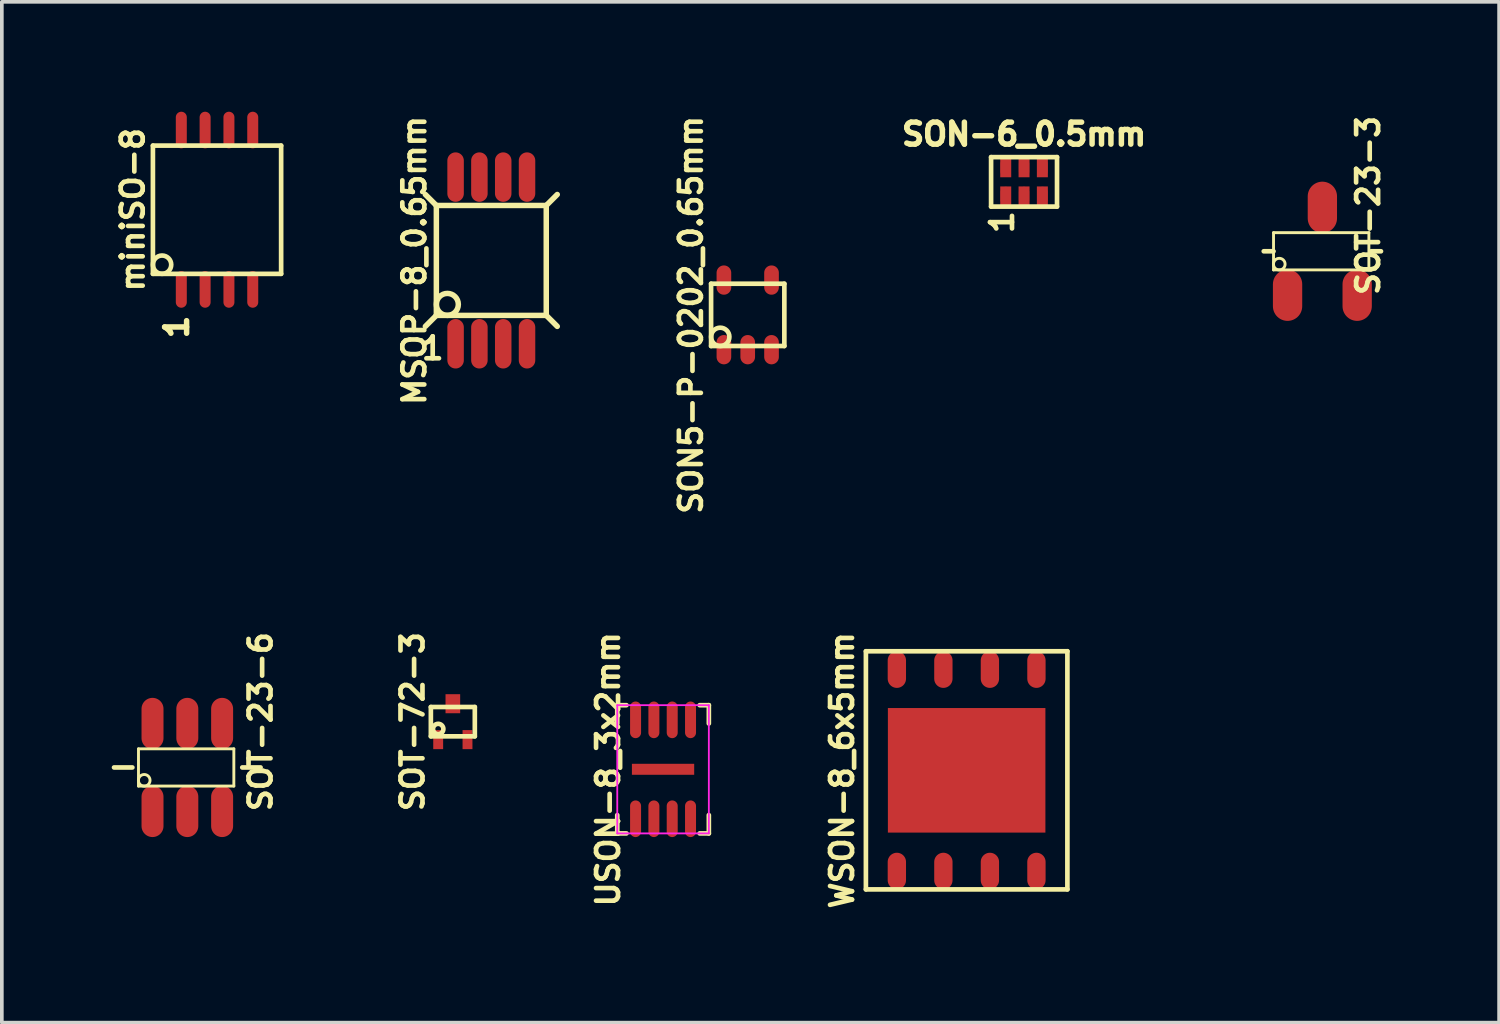
<source format=kicad_pcb>
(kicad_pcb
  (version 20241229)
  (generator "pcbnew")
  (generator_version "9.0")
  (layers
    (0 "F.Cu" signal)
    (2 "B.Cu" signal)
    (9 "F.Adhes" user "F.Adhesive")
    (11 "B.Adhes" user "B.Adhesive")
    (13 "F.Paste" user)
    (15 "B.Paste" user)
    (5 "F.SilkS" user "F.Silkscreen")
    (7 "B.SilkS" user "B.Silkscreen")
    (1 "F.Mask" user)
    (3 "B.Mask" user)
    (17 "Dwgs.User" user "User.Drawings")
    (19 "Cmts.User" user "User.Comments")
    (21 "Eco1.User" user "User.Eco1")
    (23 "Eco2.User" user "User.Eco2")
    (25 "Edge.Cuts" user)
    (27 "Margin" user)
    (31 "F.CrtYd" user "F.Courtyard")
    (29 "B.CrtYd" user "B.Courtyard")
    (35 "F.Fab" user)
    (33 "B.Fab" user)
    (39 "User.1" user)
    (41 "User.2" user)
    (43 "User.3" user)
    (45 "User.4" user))
  (footprint "SON-6_0.5mm"
    (layer "F.Cu")
    (at 24.903 1.914)
    (property "Reference" "SON-6_0.5mm" (at 0 -1.3 0) (layer "F.SilkS") (effects (font (size 0.6 0.6) (thickness 0.15))))
    (attr smd)
    (fp_line (start -0.9 -0.675) (end 0.9 -0.675) (stroke (width 0.127) (type solid)) (layer "F.SilkS"))
    (fp_line (start -0.9 0.675) (end -0.9 -0.675) (stroke (width 0.127) (type solid)) (layer "F.SilkS"))
    (fp_line (start 0.9 -0.675) (end 0.9 0.675) (stroke (width 0.127) (type solid)) (layer "F.SilkS"))
    (fp_line (start 0.9 0.675) (end -0.9 0.675) (stroke (width 0.127) (type solid)) (layer "F.SilkS"))
    (fp_text user "1" (at -0.6 1.1 90) (layer "F.SilkS") (effects (font (size 0.6 0.6) (thickness 0.127))))
    (pad "1" smd oval (at -0.5 0.385) (size 0.28 0.5) (layers "F.Cu" "F.Mask" "F.Paste"))
    (pad "1" smd rect (at -0.5 0.385) (size 0.3 0.52) (layers "F.Cu" "F.Mask"))
    (pad "2" smd oval (at 0 0.385) (size 0.28 0.5) (layers "F.Cu" "F.Mask" "F.Paste"))
    (pad "2" smd rect (at 0 0.385) (size 0.3 0.52) (layers "F.Cu" "F.Mask"))
    (pad "3" smd oval (at 0.5 0.385) (size 0.28 0.5) (layers "F.Cu" "F.Mask" "F.Paste"))
    (pad "3" smd rect (at 0.5 0.385) (size 0.3 0.52) (layers "F.Cu" "F.Mask"))
    (pad "4" smd oval (at 0.5 -0.385) (size 0.28 0.5) (layers "F.Cu" "F.Mask" "F.Paste"))
    (pad "4" smd rect (at 0.5 -0.385) (size 0.3 0.52) (layers "F.Cu" "F.Mask"))
    (pad "5" smd oval (at 0 -0.385) (size 0.28 0.5) (layers "F.Cu" "F.Mask" "F.Paste"))
    (pad "5" smd rect (at 0 -0.385) (size 0.3 0.52) (layers "F.Cu" "F.Mask"))
    (pad "6" smd oval (at -0.5 -0.385) (size 0.28 0.5) (layers "F.Cu" "F.Mask" "F.Paste"))
    (pad "6" smd rect (at -0.5 -0.385) (size 0.3 0.52) (layers "F.Cu" "F.Mask")))
  (footprint "SOT-72-3"
    (layer "F.Cu")
    (at 9.311 16.649)
    (property "Reference" "SOT-72-3" (at -1.1 0 90) (layer "F.SilkS") (effects (font (size 0.6 0.6) (thickness 0.127))))
    (attr smd)
    (fp_line (start -0.6 -0.4) (end -0.6 0.4) (stroke (width 0.127) (type solid)) (layer "F.SilkS"))
    (fp_line (start -0.6 -0.4) (end 0.6 -0.4) (stroke (width 0.127) (type solid)) (layer "F.SilkS"))
    (fp_line (start -0.6 0.4) (end 0.6 0.4) (stroke (width 0.127) (type solid)) (layer "F.SilkS"))
    (fp_line (start 0.6 0.4) (end 0.6 -0.4) (stroke (width 0.127) (type solid)) (layer "F.SilkS"))
    (fp_circle (center -0.4 0.2) (end -0.3 0.3) (stroke (width 0.127) (type solid)) (fill no) (layer "F.SilkS"))
    (pad "1" smd rect (at -0.4 0.49) (size 0.27 0.52) (layers "F.Cu" "F.Mask" "F.Paste"))
    (pad "2" smd rect (at 0.4 0.49) (size 0.27 0.52) (layers "F.Cu" "F.Mask" "F.Paste"))
    (pad "3" smd rect (at 0 -0.49) (size 0.4 0.52) (layers "F.Cu" "F.Mask" "F.Paste")))
  (footprint "SON5-P-0202_0.65mm"
    (layer "F.Cu")
    (at 17.36 5.545)
    (property "Reference" "SON5-P-0202_0.65mm" (at -1.55 0 90) (layer "F.SilkS") (effects (font (size 0.6 0.6) (thickness 0.127))))
    (attr smd)
    (fp_line (start -1 -0.85) (end -1 0.85) (stroke (width 0.127) (type solid)) (layer "F.SilkS"))
    (fp_line (start -1 -0.85) (end 1 -0.85) (stroke (width 0.127) (type solid)) (layer "F.SilkS"))
    (fp_line (start -1 0.85) (end 1 0.85) (stroke (width 0.127) (type solid)) (layer "F.SilkS"))
    (fp_line (start 1 0.85) (end 1 -0.85) (stroke (width 0.127) (type solid)) (layer "F.SilkS"))
    (fp_circle (center -0.75 0.6) (end -0.75 0.85) (stroke (width 0.127) (type solid)) (fill no) (layer "F.SilkS"))
    (pad "1" smd oval (at -0.65 0.95) (size 0.4 0.8) (layers "F.Cu" "F.Mask" "F.Paste"))
    (pad "2" smd oval (at 0 0.95) (size 0.4 0.8) (layers "F.Cu" "F.Mask" "F.Paste"))
    (pad "3" smd oval (at 0.65 0.95) (size 0.4 0.8) (layers "F.Cu" "F.Mask" "F.Paste"))
    (pad "4" smd oval (at 0.65 -0.95) (size 0.4 0.8) (layers "F.Cu" "F.Mask" "F.Paste"))
    (pad "5" smd oval (at -0.65 -0.95) (size 0.4 0.8) (layers "F.Cu" "F.Mask" "F.Paste")))
  (footprint "WSON-8_6x5mm"
    (layer "F.Cu")
    (at 23.336 17.977)
    (property "Reference" "WSON-8_6x5mm" (at -3.4 0 90) (layer "F.SilkS") (effects (font (size 0.6 0.6) (thickness 0.127))))
    (attr smd)
    (fp_line (start -2.75 -3.25) (end -2.75 3.25) (stroke (width 0.127) (type solid)) (layer "F.SilkS"))
    (fp_line (start -2.75 3.25) (end 2.75 3.25) (stroke (width 0.127) (type solid)) (layer "F.SilkS"))
    (fp_line (start 2.75 -3.25) (end -2.75 -3.25) (stroke (width 0.127) (type solid)) (layer "F.SilkS"))
    (fp_line (start 2.75 3.25) (end 2.75 -3.25) (stroke (width 0.127) (type solid)) (layer "F.SilkS"))
    (pad "1" smd oval (at -1.905 2.75) (size 0.5 1) (layers "F.Cu" "F.Mask"))
    (pad "2" smd oval (at -0.635 2.75) (size 0.5 1) (layers "F.Cu" "F.Mask"))
    (pad "3" smd oval (at 0.635 2.75) (size 0.5 1) (layers "F.Cu" "F.Mask"))
    (pad "4" smd oval (at 1.905 2.75) (size 0.5 1) (layers "F.Cu" "F.Mask"))
    (pad "5" smd oval (at 1.905 -2.75) (size 0.5 1) (layers "F.Cu" "F.Mask"))
    (pad "6" smd oval (at 0.635 -2.75) (size 0.5 1) (layers "F.Cu" "F.Mask"))
    (pad "7" smd oval (at -0.635 -2.75) (size 0.5 1) (layers "F.Cu" "F.Mask"))
    (pad "8" smd oval (at -1.905 -2.75) (size 0.5 1) (layers "F.Cu" "F.Mask"))
    (pad "9" smd rect (at 0 0) (size 4.3 3.4) (layers "F.Cu" "F.Mask")))
  (footprint "USON-8_3x2mm"
    (layer "F.Cu")
    (at 15.049 17.949)
    (property "Reference" "USON-8_3x2mm" (at -1.5 0 90) (layer "F.SilkS") (effects (font (size 0.6 0.6) (thickness 0.127))))
    (attr through_hole)
    (fp_line (start -1.25 -1.75) (end -1.25 -1.25) (stroke (width 0.127) (type solid)) (layer "F.SilkS"))
    (fp_line (start -1.25 1.75) (end -1.25 1.25) (stroke (width 0.127) (type solid)) (layer "F.SilkS"))
    (fp_line (start -1 -1.75) (end -1.25 -1.75) (stroke (width 0.127) (type solid)) (layer "F.SilkS"))
    (fp_line (start -1 1.75) (end -1.25 1.75) (stroke (width 0.127) (type solid)) (layer "F.SilkS"))
    (fp_line (start 1 -1.75) (end 1.25 -1.75) (stroke (width 0.127) (type solid)) (layer "F.SilkS"))
    (fp_line (start 1 1.75) (end 1.25 1.75) (stroke (width 0.127) (type solid)) (layer "F.SilkS"))
    (fp_line (start 1.25 -1.75) (end 1.25 -1.25) (stroke (width 0.127) (type solid)) (layer "F.SilkS"))
    (fp_line (start 1.25 1.75) (end 1.25 1.25) (stroke (width 0.127) (type solid)) (layer "F.SilkS"))
    (fp_line (start -1.25 -1.75) (end 1.25 -1.75) (stroke (width 0.05) (type solid)) (layer "F.CrtYd"))
    (fp_line (start -1.25 1.75) (end -1.25 -1.75) (stroke (width 0.05) (type solid)) (layer "F.CrtYd"))
    (fp_line (start 1.25 -1.75) (end 1.25 1.75) (stroke (width 0.05) (type solid)) (layer "F.CrtYd"))
    (fp_line (start 1.25 1.75) (end -1.25 1.75) (stroke (width 0.05) (type solid)) (layer "F.CrtYd"))
    (pad "1" smd oval (at -0.75 1.35) (size 0.3 1) (layers "F.Cu" "F.Mask" "F.Paste"))
    (pad "2" smd oval (at -0.25 1.35) (size 0.3 1) (layers "F.Cu" "F.Mask" "F.Paste"))
    (pad "3" smd oval (at 0.25 1.35) (size 0.3 1) (layers "F.Cu" "F.Mask" "F.Paste"))
    (pad "4" smd oval (at 0.75 1.35) (size 0.3 1) (layers "F.Cu" "F.Mask" "F.Paste"))
    (pad "5" smd oval (at 0.75 -1.35) (size 0.3 1) (layers "F.Cu" "F.Mask" "F.Paste"))
    (pad "6" smd oval (at 0.25 -1.35) (size 0.3 1) (layers "F.Cu" "F.Mask" "F.Paste"))
    (pad "7" smd oval (at -0.25 -1.35) (size 0.3 1) (layers "F.Cu" "F.Mask" "F.Paste"))
    (pad "8" smd oval (at -0.75 -1.35) (size 0.3 1) (layers "F.Cu" "F.Mask" "F.Paste"))
    (pad "9" smd rect (at 0 0) (size 1.7 0.3) (layers "F.Cu" "F.Mask" "F.Paste")))
  (footprint "SOT-23-6"
    (layer "F.Cu")
    (at 2.063 17.899)
    (property "Reference" "SOT-23-6" (at 2 -1.25 90) (layer "F.SilkS") (effects (font (size 0.6 0.6) (thickness 0.127))))
    (attr through_hole)
    (fp_line (start -1.5 0) (end -2 0) (stroke (width 0.127) (type solid)) (layer "F.SilkS"))
    (fp_line (start -1.333 -0.508) (end -1.333 0.508) (stroke (width 0.079) (type solid)) (layer "F.SilkS"))
    (fp_line (start -1.333 -0.508) (end 1.27 -0.508) (stroke (width 0.079) (type solid)) (layer "F.SilkS"))
    (fp_line (start 1.27 -0.508) (end 1.27 0.508) (stroke (width 0.079) (type solid)) (layer "F.SilkS"))
    (fp_line (start 1.27 0.508) (end -1.333 0.508) (stroke (width 0.079) (type solid)) (layer "F.SilkS"))
    (fp_line (start 1.5 0) (end 2 0) (stroke (width 0.127) (type solid)) (layer "F.SilkS"))
    (fp_circle (center -1.176 0.351) (end -1.3 0.45) (stroke (width 0.079) (type solid)) (fill no) (layer "F.SilkS"))
    (pad "1" smd oval (at -0.95 1.2) (size 0.6 1.4) (layers "F.Cu" "F.Mask" "F.Paste"))
    (pad "2" smd oval (at 0 1.2) (size 0.6 1.4) (layers "F.Cu" "F.Mask" "F.Paste"))
    (pad "3" smd oval (at 0.95 1.2) (size 0.6 1.4) (layers "F.Cu" "F.Mask" "F.Paste"))
    (pad "4" smd oval (at 0.95 -1.2) (size 0.6 1.4) (layers "F.Cu" "F.Mask" "F.Paste"))
    (pad "5" smd oval (at 0 -1.2) (size 0.6 1.4) (layers "F.Cu" "F.Mask" "F.Paste"))
    (pad "6" smd oval (at -0.95 -1.2) (size 0.6 1.4) (layers "F.Cu" "F.Mask" "F.Paste")))
  (footprint "MSOP-8_0.65mm"
    (layer "F.Cu")
    (at 10.361 4.059)
    (property "Reference" "MSOP-8_0.65mm" (at -2.1 0 90) (layer "F.SilkS") (effects (font (size 0.6 0.6) (thickness 0.127))))
    (attr smd)
    (fp_line (start -1.5 -1.5) (end -1.8 -1.8) (stroke (width 0.15) (type solid)) (layer "F.SilkS"))
    (fp_line (start -1.5 -1.5) (end -1.5 1.5) (stroke (width 0.15) (type solid)) (layer "F.SilkS"))
    (fp_line (start -1.5 1.5) (end -1.8 1.8) (stroke (width 0.15) (type solid)) (layer "F.SilkS"))
    (fp_line (start -1.5 1.5) (end 1.5 1.5) (stroke (width 0.15) (type solid)) (layer "F.SilkS"))
    (fp_line (start 1.5 -1.5) (end -1.5 -1.5) (stroke (width 0.15) (type solid)) (layer "F.SilkS"))
    (fp_line (start 1.5 -1.5) (end 1.8 -1.8) (stroke (width 0.15) (type solid)) (layer "F.SilkS"))
    (fp_line (start 1.5 1.5) (end 1.5 -1.5) (stroke (width 0.15) (type solid)) (layer "F.SilkS"))
    (fp_line (start 1.5 1.5) (end 1.8 1.8) (stroke (width 0.15) (type solid)) (layer "F.SilkS"))
    (fp_circle (center -1.2 1.2) (end -1.2 1.5) (stroke (width 0.15) (type solid)) (fill no) (layer "F.SilkS"))
    (fp_text user "1" (at -1.6 2.4 0) (layer "F.SilkS") (effects (font (size 0.6 0.6) (thickness 0.127))))
    (pad "1" smd oval (at -0.975 2.275) (size 0.45 1.35) (layers "F.Cu" "F.Mask" "F.Paste"))
    (pad "2" smd oval (at -0.325 2.275) (size 0.45 1.35) (layers "F.Cu" "F.Mask" "F.Paste"))
    (pad "3" smd oval (at 0.325 2.275) (size 0.45 1.35) (layers "F.Cu" "F.Mask" "F.Paste"))
    (pad "4" smd oval (at 0.975 2.275) (size 0.45 1.35) (layers "F.Cu" "F.Mask" "F.Paste"))
    (pad "5" smd oval (at 0.975 -2.275) (size 0.45 1.35) (layers "F.Cu" "F.Mask" "F.Paste"))
    (pad "6" smd oval (at 0.325 -2.275) (size 0.45 1.35) (layers "F.Cu" "F.Mask" "F.Paste"))
    (pad "7" smd oval (at -0.325 -2.275) (size 0.45 1.35) (layers "F.Cu" "F.Mask" "F.Paste"))
    (pad "8" smd oval (at -0.975 -2.275) (size 0.45 1.35) (layers "F.Cu" "F.Mask" "F.Paste")))
  (footprint "SOT-23-3"
    (layer "F.Cu")
    (at 33.046 3.809)
    (property "Reference" "SOT-23-3" (at 1.25 -1.25 90) (layer "F.SilkS") (effects (font (size 0.6 0.6) (thickness 0.127))))
    (attr smd)
    (fp_line (start -1.333 -0.508) (end -1.333 0.508) (stroke (width 0.079) (type solid)) (layer "F.SilkS"))
    (fp_line (start -1.333 -0.508) (end 1.27 -0.508) (stroke (width 0.079) (type solid)) (layer "F.SilkS"))
    (fp_line (start -1.333 0) (end -1.6 0) (stroke (width 0.127) (type solid)) (layer "F.SilkS"))
    (fp_line (start 1.27 -0.508) (end 1.27 0.508) (stroke (width 0.079) (type solid)) (layer "F.SilkS"))
    (fp_line (start 1.27 0.508) (end -1.333 0.508) (stroke (width 0.079) (type solid)) (layer "F.SilkS"))
    (fp_line (start 1.333 0) (end 1.6 0) (stroke (width 0.127) (type solid)) (layer "F.SilkS"))
    (fp_circle (center -1.176 0.351) (end -1.3 0.45) (stroke (width 0.079) (type solid)) (fill no) (layer "F.SilkS"))
    (pad "1" smd oval (at -0.95 1.2) (size 0.8 1.4) (layers "F.Cu" "F.Mask" "F.Paste"))
    (pad "2" smd oval (at 0.95 1.2) (size 0.8 1.4) (layers "F.Cu" "F.Mask" "F.Paste"))
    (pad "3" smd oval (at 0 -1.2) (size 0.8 1.4) (layers "F.Cu" "F.Mask" "F.Paste")))
  (footprint "miniSO-8"
    (layer "F.Cu")
    (at 2.874 2.675)
    (property "Reference" "miniSO-8" (at -2.3 0 90) (layer "F.SilkS") (effects (font (size 0.6 0.6) (thickness 0.127))))
    (attr smd)
    (fp_line (start -1.75 -1.75) (end -1.75 1.75) (stroke (width 0.127) (type solid)) (layer "F.SilkS"))
    (fp_line (start -1.75 -1.75) (end 1.75 -1.75) (stroke (width 0.127) (type solid)) (layer "F.SilkS"))
    (fp_line (start 1.75 -1.75) (end 1.75 1.75) (stroke (width 0.127) (type solid)) (layer "F.SilkS"))
    (fp_line (start 1.75 1.75) (end -1.75 1.75) (stroke (width 0.127) (type solid)) (layer "F.SilkS"))
    (fp_circle (center -1.5 1.5) (end -1.75 1.5) (stroke (width 0.127) (type solid)) (fill no) (layer "F.SilkS"))
    (fp_text user "1" (at -1.1 3.2 90) (layer "F.SilkS") (effects (font (size 0.6 0.6) (thickness 0.15))))
    (pad "1" smd oval (at -0.975 2.175) (size 0.3 1) (layers "F.Cu" "F.Mask" "F.Paste"))
    (pad "2" smd oval (at -0.325 2.175) (size 0.3 1) (layers "F.Cu" "F.Mask" "F.Paste"))
    (pad "3" smd oval (at 0.325 2.175) (size 0.3 1) (layers "F.Cu" "F.Mask" "F.Paste"))
    (pad "4" smd oval (at 0.975 2.175) (size 0.3 1) (layers "F.Cu" "F.Mask" "F.Paste"))
    (pad "5" smd oval (at 0.975 -2.175) (size 0.3 1) (layers "F.Cu" "F.Mask" "F.Paste"))
    (pad "6" smd oval (at 0.325 -2.175) (size 0.3 1) (layers "F.Cu" "F.Mask" "F.Paste"))
    (pad "7" smd oval (at -0.325 -2.175) (size 0.3 1) (layers "F.Cu" "F.Mask" "F.Paste"))
    (pad "8" smd oval (at -0.975 -2.175) (size 0.3 1) (layers "F.Cu" "F.Mask" "F.Paste")))
  (gr_rect
    (start -3 -3)
    (end 37.87 24.865)
    (stroke (width 0.1) (type default))
    (fill no)
    (layer "Edge.Cuts")))
</source>
